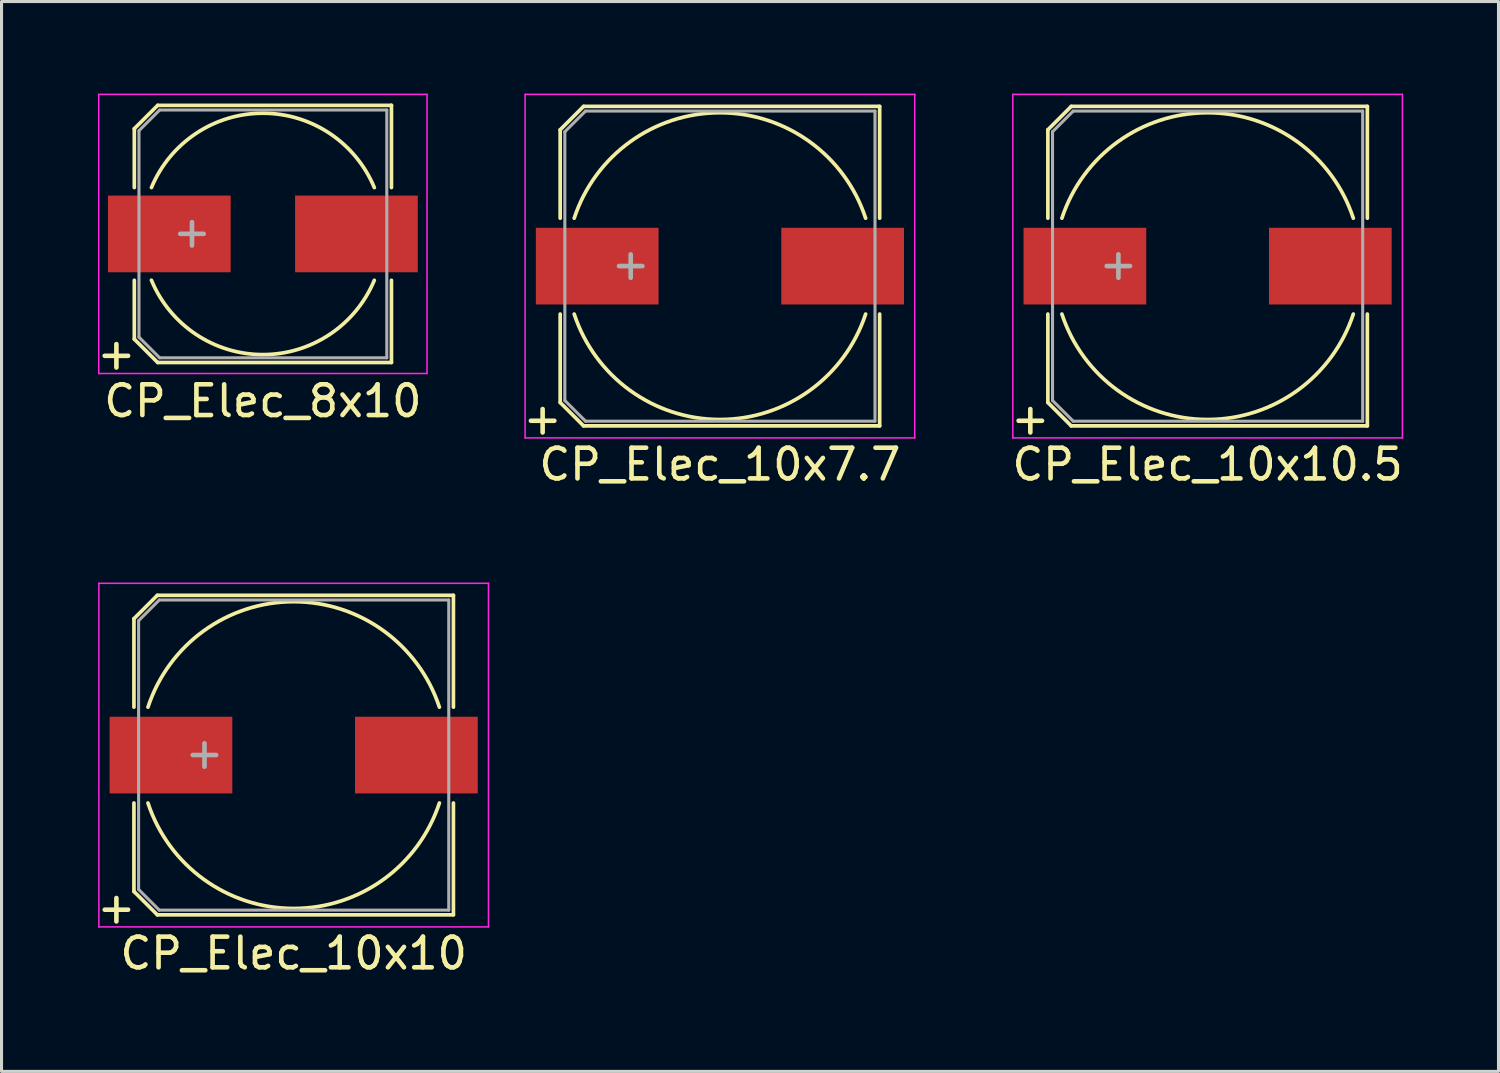
<source format=kicad_pcb>
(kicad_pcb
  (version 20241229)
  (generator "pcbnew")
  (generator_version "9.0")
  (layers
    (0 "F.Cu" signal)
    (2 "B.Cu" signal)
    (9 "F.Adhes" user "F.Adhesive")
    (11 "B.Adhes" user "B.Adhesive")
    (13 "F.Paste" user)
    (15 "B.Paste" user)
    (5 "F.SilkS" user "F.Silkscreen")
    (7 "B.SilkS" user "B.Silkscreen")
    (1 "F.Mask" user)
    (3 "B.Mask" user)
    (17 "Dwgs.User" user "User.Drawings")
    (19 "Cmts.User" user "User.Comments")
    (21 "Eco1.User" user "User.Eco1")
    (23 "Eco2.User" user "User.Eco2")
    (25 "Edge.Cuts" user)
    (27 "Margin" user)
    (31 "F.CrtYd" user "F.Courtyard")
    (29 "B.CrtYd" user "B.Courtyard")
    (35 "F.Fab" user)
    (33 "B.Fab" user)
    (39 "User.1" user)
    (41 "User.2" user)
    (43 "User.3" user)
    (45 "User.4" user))
  (footprint "CP_Elec_10x10"
    (layer "F.Cu")
    (at 6.523 21.563)
    (property "Reference" "CP_Elec_10x10" (at 0 6.464 0) (layer "F.SilkS") (effects (font (size 1 1) (thickness 0.15))))
    (attr smd)
    (fp_line (start -5.207 -4.445) (end -5.207 -1.562) (stroke (width 0.12) (type solid)) (layer "F.SilkS"))
    (fp_line (start -5.207 -4.445) (end -4.445 -5.207) (stroke (width 0.12) (type solid)) (layer "F.SilkS"))
    (fp_line (start -5.207 4.445) (end -5.207 1.562) (stroke (width 0.12) (type solid)) (layer "F.SilkS"))
    (fp_line (start -4.445 -5.207) (end 5.207 -5.207) (stroke (width 0.12) (type solid)) (layer "F.SilkS"))
    (fp_line (start -4.445 5.207) (end -5.207 4.445) (stroke (width 0.12) (type solid)) (layer "F.SilkS"))
    (fp_line (start 5.207 -5.207) (end 5.207 -1.562) (stroke (width 0.12) (type solid)) (layer "F.SilkS"))
    (fp_line (start 5.207 5.207) (end -4.445 5.207) (stroke (width 0.12) (type solid)) (layer "F.SilkS"))
    (fp_line (start 5.207 5.207) (end 5.207 1.562) (stroke (width 0.12) (type solid)) (layer "F.SilkS"))
    (fp_arc (start -4.7498 -1.5621) (mid 0 -5.000076) (end 4.7498 -1.5621) (stroke (width 0.12) (type solid)) (layer "F.SilkS"))
    (fp_arc (start 4.7498 1.5621) (mid 0 5.000076) (end -4.7498 1.5621) (stroke (width 0.12) (type solid)) (layer "F.SilkS"))
    (fp_line (start -6.35 -5.6) (end -6.35 5.6) (stroke (width 0.05) (type solid)) (layer "F.CrtYd"))
    (fp_line (start -6.35 5.6) (end 6.35 5.6) (stroke (width 0.05) (type solid)) (layer "F.CrtYd"))
    (fp_line (start 6.35 -5.6) (end -6.35 -5.6) (stroke (width 0.05) (type solid)) (layer "F.CrtYd"))
    (fp_line (start 6.35 5.6) (end 6.35 -5.6) (stroke (width 0.05) (type solid)) (layer "F.CrtYd"))
    (fp_line (start -5.055 -4.381) (end -5.055 4.381) (stroke (width 0.1) (type solid)) (layer "F.Fab"))
    (fp_line (start -5.055 4.381) (end -4.381 5.055) (stroke (width 0.1) (type solid)) (layer "F.Fab"))
    (fp_line (start -4.381 -5.055) (end -5.055 -4.381) (stroke (width 0.1) (type solid)) (layer "F.Fab"))
    (fp_line (start -4.381 5.055) (end 5.055 5.055) (stroke (width 0.1) (type solid)) (layer "F.Fab"))
    (fp_line (start 5.055 -5.055) (end -4.381 -5.055) (stroke (width 0.1) (type solid)) (layer "F.Fab"))
    (fp_line (start 5.055 5.055) (end 5.055 -5.055) (stroke (width 0.1) (type solid)) (layer "F.Fab"))
    (fp_text user "+" (at -5.779 4.966 0) (layer "F.SilkS") (effects (font (size 1 1) (thickness 0.15))))
    (fp_text user "+" (at -2.908 -0.076 0) (layer "F.Fab") (effects (font (size 1 1) (thickness 0.15))))
    (pad "1" smd rect (at -4 0 180) (size 4 2.5) (layers "F.Cu" "F.Mask" "F.Paste"))
    (pad "2" smd rect (at 4 0 180) (size 4 2.5) (layers "F.Cu" "F.Mask" "F.Paste")))
  (footprint "CP_Elec_10x10.5"
    (layer "F.Cu")
    (at 36.314 5.625)
    (property "Reference" "CP_Elec_10x10.5" (at 0 6.464 0) (layer "F.SilkS") (effects (font (size 1 1) (thickness 0.15))))
    (attr smd)
    (fp_line (start -5.207 -4.445) (end -5.207 -1.562) (stroke (width 0.12) (type solid)) (layer "F.SilkS"))
    (fp_line (start -5.207 -4.445) (end -4.445 -5.207) (stroke (width 0.12) (type solid)) (layer "F.SilkS"))
    (fp_line (start -5.207 4.445) (end -5.207 1.562) (stroke (width 0.12) (type solid)) (layer "F.SilkS"))
    (fp_line (start -4.445 -5.207) (end 5.207 -5.207) (stroke (width 0.12) (type solid)) (layer "F.SilkS"))
    (fp_line (start -4.445 5.207) (end -5.207 4.445) (stroke (width 0.12) (type solid)) (layer "F.SilkS"))
    (fp_line (start 5.207 -5.207) (end 5.207 -1.562) (stroke (width 0.12) (type solid)) (layer "F.SilkS"))
    (fp_line (start 5.207 5.207) (end -4.445 5.207) (stroke (width 0.12) (type solid)) (layer "F.SilkS"))
    (fp_line (start 5.207 5.207) (end 5.207 1.562) (stroke (width 0.12) (type solid)) (layer "F.SilkS"))
    (fp_arc (start -4.7498 -1.5621) (mid 0 -5.000076) (end 4.7498 -1.5621) (stroke (width 0.12) (type solid)) (layer "F.SilkS"))
    (fp_arc (start 4.7498 1.5621) (mid 0 5.000076) (end -4.7498 1.5621) (stroke (width 0.12) (type solid)) (layer "F.SilkS"))
    (fp_line (start -6.35 -5.6) (end -6.35 5.6) (stroke (width 0.05) (type solid)) (layer "F.CrtYd"))
    (fp_line (start -6.35 5.6) (end 6.35 5.6) (stroke (width 0.05) (type solid)) (layer "F.CrtYd"))
    (fp_line (start 6.35 -5.6) (end -6.35 -5.6) (stroke (width 0.05) (type solid)) (layer "F.CrtYd"))
    (fp_line (start 6.35 5.6) (end 6.35 -5.6) (stroke (width 0.05) (type solid)) (layer "F.CrtYd"))
    (fp_line (start -5.055 -4.381) (end -5.055 4.381) (stroke (width 0.1) (type solid)) (layer "F.Fab"))
    (fp_line (start -5.055 4.381) (end -4.381 5.055) (stroke (width 0.1) (type solid)) (layer "F.Fab"))
    (fp_line (start -4.381 -5.055) (end -5.055 -4.381) (stroke (width 0.1) (type solid)) (layer "F.Fab"))
    (fp_line (start -4.381 5.055) (end 5.055 5.055) (stroke (width 0.1) (type solid)) (layer "F.Fab"))
    (fp_line (start 5.055 -5.055) (end -4.381 -5.055) (stroke (width 0.1) (type solid)) (layer "F.Fab"))
    (fp_line (start 5.055 5.055) (end 5.055 -5.055) (stroke (width 0.1) (type solid)) (layer "F.Fab"))
    (fp_text user "+" (at -5.779 4.966 0) (layer "F.SilkS") (effects (font (size 1 1) (thickness 0.15))))
    (fp_text user "+" (at -2.908 -0.076 0) (layer "F.Fab") (effects (font (size 1 1) (thickness 0.15))))
    (pad "1" smd rect (at -4 0 180) (size 4 2.5) (layers "F.Cu" "F.Mask" "F.Paste"))
    (pad "2" smd rect (at 4 0 180) (size 4 2.5) (layers "F.Cu" "F.Mask" "F.Paste")))
  (footprint "CP_Elec_10x7.7"
    (layer "F.Cu")
    (at 20.417 5.625)
    (property "Reference" "CP_Elec_10x7.7" (at 0 6.464 0) (layer "F.SilkS") (effects (font (size 1 1) (thickness 0.15))))
    (attr smd)
    (fp_line (start -5.207 -4.445) (end -5.207 -1.562) (stroke (width 0.12) (type solid)) (layer "F.SilkS"))
    (fp_line (start -5.207 -4.445) (end -4.445 -5.207) (stroke (width 0.12) (type solid)) (layer "F.SilkS"))
    (fp_line (start -5.207 4.445) (end -5.207 1.562) (stroke (width 0.12) (type solid)) (layer "F.SilkS"))
    (fp_line (start -4.445 -5.207) (end 5.207 -5.207) (stroke (width 0.12) (type solid)) (layer "F.SilkS"))
    (fp_line (start -4.445 5.207) (end -5.207 4.445) (stroke (width 0.12) (type solid)) (layer "F.SilkS"))
    (fp_line (start 5.207 -5.207) (end 5.207 -1.562) (stroke (width 0.12) (type solid)) (layer "F.SilkS"))
    (fp_line (start 5.207 5.207) (end -4.445 5.207) (stroke (width 0.12) (type solid)) (layer "F.SilkS"))
    (fp_line (start 5.207 5.207) (end 5.207 1.562) (stroke (width 0.12) (type solid)) (layer "F.SilkS"))
    (fp_arc (start -4.7498 -1.5621) (mid 0 -5.000076) (end 4.7498 -1.5621) (stroke (width 0.12) (type solid)) (layer "F.SilkS"))
    (fp_arc (start 4.7498 1.5621) (mid 0 5.000076) (end -4.7498 1.5621) (stroke (width 0.12) (type solid)) (layer "F.SilkS"))
    (fp_line (start -6.35 -5.6) (end -6.35 5.6) (stroke (width 0.05) (type solid)) (layer "F.CrtYd"))
    (fp_line (start -6.35 5.6) (end 6.35 5.6) (stroke (width 0.05) (type solid)) (layer "F.CrtYd"))
    (fp_line (start 6.35 -5.6) (end -6.35 -5.6) (stroke (width 0.05) (type solid)) (layer "F.CrtYd"))
    (fp_line (start 6.35 5.6) (end 6.35 -5.6) (stroke (width 0.05) (type solid)) (layer "F.CrtYd"))
    (fp_line (start -5.055 -4.381) (end -5.055 4.381) (stroke (width 0.1) (type solid)) (layer "F.Fab"))
    (fp_line (start -5.055 4.381) (end -4.381 5.055) (stroke (width 0.1) (type solid)) (layer "F.Fab"))
    (fp_line (start -4.381 -5.055) (end -5.055 -4.381) (stroke (width 0.1) (type solid)) (layer "F.Fab"))
    (fp_line (start -4.381 5.055) (end 5.055 5.055) (stroke (width 0.1) (type solid)) (layer "F.Fab"))
    (fp_line (start 5.055 -5.055) (end -4.381 -5.055) (stroke (width 0.1) (type solid)) (layer "F.Fab"))
    (fp_line (start 5.055 5.055) (end 5.055 -5.055) (stroke (width 0.1) (type solid)) (layer "F.Fab"))
    (fp_text user "+" (at -5.779 4.966 0) (layer "F.SilkS") (effects (font (size 1 1) (thickness 0.15))))
    (fp_text user "+" (at -2.908 -0.076 0) (layer "F.Fab") (effects (font (size 1 1) (thickness 0.15))))
    (pad "1" smd rect (at -4 0 180) (size 4 2.5) (layers "F.Cu" "F.Mask" "F.Paste"))
    (pad "2" smd rect (at 4 0 180) (size 4 2.5) (layers "F.Cu" "F.Mask" "F.Paste")))
  (footprint "CP_Elec_8x10"
    (layer "F.Cu")
    (at 5.519 4.575)
    (property "Reference" "CP_Elec_8x10" (at 0 5.448 0) (layer "F.SilkS") (effects (font (size 1 1) (thickness 0.15))))
    (attr smd)
    (fp_line (start -4.191 -3.429) (end -4.191 -1.511) (stroke (width 0.12) (type solid)) (layer "F.SilkS"))
    (fp_line (start -4.191 -3.429) (end -3.429 -4.191) (stroke (width 0.12) (type solid)) (layer "F.SilkS"))
    (fp_line (start -4.191 3.429) (end -4.191 1.511) (stroke (width 0.12) (type solid)) (layer "F.SilkS"))
    (fp_line (start -3.429 -4.191) (end 4.191 -4.191) (stroke (width 0.12) (type solid)) (layer "F.SilkS"))
    (fp_line (start -3.429 4.191) (end -4.191 3.429) (stroke (width 0.12) (type solid)) (layer "F.SilkS"))
    (fp_line (start 4.191 -4.191) (end 4.191 -1.511) (stroke (width 0.12) (type solid)) (layer "F.SilkS"))
    (fp_line (start 4.191 4.191) (end -3.429 4.191) (stroke (width 0.12) (type solid)) (layer "F.SilkS"))
    (fp_line (start 4.191 4.191) (end 4.191 1.511) (stroke (width 0.12) (type solid)) (layer "F.SilkS"))
    (fp_arc (start -3.6322 -1.5113) (mid 0.000991 -3.93407) (end 3.632961 -1.50947) (stroke (width 0.12) (type solid)) (layer "F.SilkS"))
    (fp_arc (start 3.6322 1.5113) (mid -0.001441 3.934069) (end -3.633306 1.508639) (stroke (width 0.12) (type solid)) (layer "F.SilkS"))
    (fp_line (start -5.35 -4.55) (end -5.35 4.55) (stroke (width 0.05) (type solid)) (layer "F.CrtYd"))
    (fp_line (start -5.35 4.55) (end 5.35 4.55) (stroke (width 0.05) (type solid)) (layer "F.CrtYd"))
    (fp_line (start 5.35 -4.55) (end -5.35 -4.55) (stroke (width 0.05) (type solid)) (layer "F.CrtYd"))
    (fp_line (start 5.35 4.55) (end 5.35 -4.55) (stroke (width 0.05) (type solid)) (layer "F.CrtYd"))
    (fp_line (start -4.039 -3.365) (end -4.039 3.365) (stroke (width 0.1) (type solid)) (layer "F.Fab"))
    (fp_line (start -4.039 3.365) (end -3.365 4.039) (stroke (width 0.1) (type solid)) (layer "F.Fab"))
    (fp_line (start -3.365 -4.039) (end -4.039 -3.365) (stroke (width 0.1) (type solid)) (layer "F.Fab"))
    (fp_line (start -3.365 4.039) (end 4.039 4.039) (stroke (width 0.1) (type solid)) (layer "F.Fab"))
    (fp_line (start 4.039 -4.039) (end -3.365 -4.039) (stroke (width 0.1) (type solid)) (layer "F.Fab"))
    (fp_line (start 4.039 4.039) (end 4.039 -4.039) (stroke (width 0.1) (type solid)) (layer "F.Fab"))
    (fp_text user "+" (at -4.775 3.899 0) (layer "F.SilkS") (effects (font (size 1 1) (thickness 0.15))))
    (fp_text user "+" (at -2.311 -0.076 0) (layer "F.Fab") (effects (font (size 1 1) (thickness 0.15))))
    (pad "1" smd rect (at -3.05 0 180) (size 4 2.5) (layers "F.Cu" "F.Mask" "F.Paste"))
    (pad "2" smd rect (at 3.05 0 180) (size 4 2.5) (layers "F.Cu" "F.Mask" "F.Paste")))
  (gr_rect
    (start -3 -3)
    (end 45.796 31.875)
    (stroke (width 0.1) (type default))
    (fill no)
    (layer "Edge.Cuts")))
</source>
